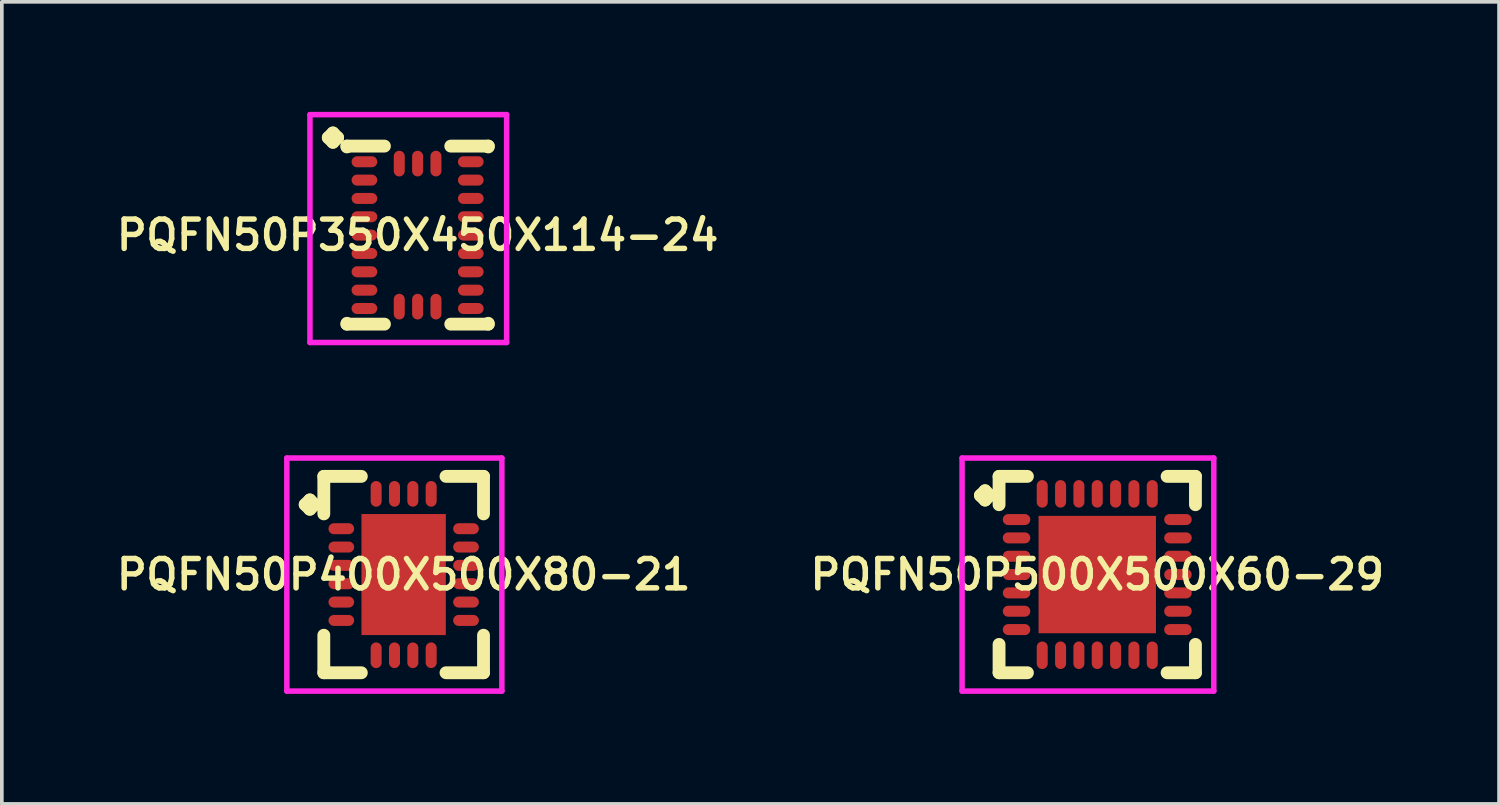
<source format=kicad_pcb>
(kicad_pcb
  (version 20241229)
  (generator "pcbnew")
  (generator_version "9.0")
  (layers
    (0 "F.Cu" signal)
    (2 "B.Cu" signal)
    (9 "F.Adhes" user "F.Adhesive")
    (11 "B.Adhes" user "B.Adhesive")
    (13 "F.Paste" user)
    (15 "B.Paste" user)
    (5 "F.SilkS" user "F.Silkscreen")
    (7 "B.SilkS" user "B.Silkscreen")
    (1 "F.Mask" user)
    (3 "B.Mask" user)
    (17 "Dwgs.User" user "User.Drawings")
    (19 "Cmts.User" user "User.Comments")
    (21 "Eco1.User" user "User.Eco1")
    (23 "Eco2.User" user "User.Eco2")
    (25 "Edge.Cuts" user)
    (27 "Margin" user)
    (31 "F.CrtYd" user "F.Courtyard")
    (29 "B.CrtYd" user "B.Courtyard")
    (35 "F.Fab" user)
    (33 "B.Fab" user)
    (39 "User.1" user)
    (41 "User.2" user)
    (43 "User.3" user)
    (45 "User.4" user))
  (footprint "PQFN50P350X450X114-24"
    (layer "F.Cu")
    (at 8.335 3.36)
    (property "Reference" "PQFN50P350X450X114-24" (at 0 0 0) (layer "F.SilkS") (effects (font (size 0.8 0.8) (thickness 0.15))))
    (attr smd)
    (fp_line (start -2.435 -2.658) (end -2.308 -2.785) (stroke (width 0.35) (type solid)) (layer "F.SilkS"))
    (fp_line (start -2.308 -2.785) (end -2.181 -2.658) (stroke (width 0.35) (type solid)) (layer "F.SilkS"))
    (fp_line (start -2.308 -2.531) (end -2.435 -2.658) (stroke (width 0.35) (type solid)) (layer "F.SilkS"))
    (fp_line (start -2.181 -2.658) (end -2.308 -2.531) (stroke (width 0.35) (type solid)) (layer "F.SilkS"))
    (fp_line (start -1.927 -2.427) (end -0.904 -2.427) (stroke (width 0.35) (type solid)) (layer "F.SilkS"))
    (fp_line (start -1.927 -2.404) (end -1.927 -2.427) (stroke (width 0.35) (type solid)) (layer "F.SilkS"))
    (fp_line (start -1.927 2.404) (end -1.927 2.427) (stroke (width 0.35) (type solid)) (layer "F.SilkS"))
    (fp_line (start -1.927 2.427) (end -0.904 2.427) (stroke (width 0.35) (type solid)) (layer "F.SilkS"))
    (fp_line (start 0.904 -2.427) (end 1.927 -2.427) (stroke (width 0.35) (type solid)) (layer "F.SilkS"))
    (fp_line (start 0.904 2.427) (end 1.927 2.427) (stroke (width 0.35) (type solid)) (layer "F.SilkS"))
    (fp_line (start 1.927 -2.427) (end 1.927 -2.404) (stroke (width 0.35) (type solid)) (layer "F.SilkS"))
    (fp_line (start 1.927 2.427) (end 1.927 2.404) (stroke (width 0.35) (type solid)) (layer "F.SilkS"))
    (fp_line (start -2.935 -3.285) (end 2.427 -3.285) (stroke (width 0.15) (type solid)) (layer "F.CrtYd"))
    (fp_line (start -2.935 2.927) (end -2.935 -3.285) (stroke (width 0.15) (type solid)) (layer "F.CrtYd"))
    (fp_line (start 2.427 -3.285) (end 2.427 2.927) (stroke (width 0.15) (type solid)) (layer "F.CrtYd"))
    (fp_line (start 2.427 2.927) (end -2.935 2.927) (stroke (width 0.15) (type solid)) (layer "F.CrtYd"))
    (pad "1" smd oval (at -1.45 -2) (size 0.7 0.3) (layers "F.Cu" "F.Mask" "F.Paste"))
    (pad "2" smd oval (at -1.45 -1.5) (size 0.7 0.3) (layers "F.Cu" "F.Mask" "F.Paste"))
    (pad "3" smd oval (at -1.45 -1) (size 0.7 0.3) (layers "F.Cu" "F.Mask" "F.Paste"))
    (pad "4" smd oval (at -1.45 -0.5) (size 0.7 0.3) (layers "F.Cu" "F.Mask" "F.Paste"))
    (pad "5" smd oval (at -1.45 0) (size 0.7 0.3) (layers "F.Cu" "F.Mask" "F.Paste"))
    (pad "6" smd oval (at -1.45 0.5) (size 0.7 0.3) (layers "F.Cu" "F.Mask" "F.Paste"))
    (pad "7" smd oval (at -1.45 1) (size 0.7 0.3) (layers "F.Cu" "F.Mask" "F.Paste"))
    (pad "8" smd oval (at -1.45 1.5) (size 0.7 0.3) (layers "F.Cu" "F.Mask" "F.Paste"))
    (pad "9" smd oval (at -1.45 2) (size 0.7 0.3) (layers "F.Cu" "F.Mask" "F.Paste"))
    (pad "10" smd oval (at -0.5 1.95) (size 0.3 0.7) (layers "F.Cu" "F.Mask" "F.Paste"))
    (pad "11" smd oval (at 0 1.95) (size 0.3 0.7) (layers "F.Cu" "F.Mask" "F.Paste"))
    (pad "12" smd oval (at 0.5 1.95) (size 0.3 0.7) (layers "F.Cu" "F.Mask" "F.Paste"))
    (pad "13" smd oval (at 1.45 2) (size 0.7 0.3) (layers "F.Cu" "F.Mask" "F.Paste"))
    (pad "14" smd oval (at 1.45 1.5) (size 0.7 0.3) (layers "F.Cu" "F.Mask" "F.Paste"))
    (pad "15" smd oval (at 1.45 1) (size 0.7 0.3) (layers "F.Cu" "F.Mask" "F.Paste"))
    (pad "16" smd oval (at 1.45 0.5) (size 0.7 0.3) (layers "F.Cu" "F.Mask" "F.Paste"))
    (pad "17" smd oval (at 1.45 0) (size 0.7 0.3) (layers "F.Cu" "F.Mask" "F.Paste"))
    (pad "18" smd oval (at 1.45 -0.5) (size 0.7 0.3) (layers "F.Cu" "F.Mask" "F.Paste"))
    (pad "19" smd oval (at 1.45 -1) (size 0.7 0.3) (layers "F.Cu" "F.Mask" "F.Paste"))
    (pad "20" smd oval (at 1.45 -1.5) (size 0.7 0.3) (layers "F.Cu" "F.Mask" "F.Paste"))
    (pad "21" smd oval (at 1.45 -2) (size 0.7 0.3) (layers "F.Cu" "F.Mask" "F.Paste"))
    (pad "22" smd oval (at 0.5 -1.95) (size 0.3 0.7) (layers "F.Cu" "F.Mask" "F.Paste"))
    (pad "23" smd oval (at 0 -1.95) (size 0.3 0.7) (layers "F.Cu" "F.Mask" "F.Paste"))
    (pad "24" smd oval (at -0.5 -1.95) (size 0.3 0.7) (layers "F.Cu" "F.Mask" "F.Paste")))
  (footprint "PQFN50P400X500X80-21"
    (layer "F.Cu")
    (at 7.955 12.614)
    (property "Reference" "PQFN50P400X500X80-21" (at 0 0 0) (layer "F.SilkS") (effects (font (size 0.8 0.8) (thickness 0.15))))
    (attr smd)
    (fp_line (start -2.685 -1.908) (end -2.558 -2.035) (stroke (width 0.35) (type solid)) (layer "F.SilkS"))
    (fp_line (start -2.558 -2.035) (end -2.431 -1.908) (stroke (width 0.35) (type solid)) (layer "F.SilkS"))
    (fp_line (start -2.558 -1.781) (end -2.685 -1.908) (stroke (width 0.35) (type solid)) (layer "F.SilkS"))
    (fp_line (start -2.431 -1.908) (end -2.558 -1.781) (stroke (width 0.35) (type solid)) (layer "F.SilkS"))
    (fp_line (start -2.177 -2.677) (end -1.154 -2.677) (stroke (width 0.35) (type solid)) (layer "F.SilkS"))
    (fp_line (start -2.177 -1.654) (end -2.177 -2.677) (stroke (width 0.35) (type solid)) (layer "F.SilkS"))
    (fp_line (start -2.177 1.654) (end -2.177 2.677) (stroke (width 0.35) (type solid)) (layer "F.SilkS"))
    (fp_line (start -2.177 2.677) (end -1.154 2.677) (stroke (width 0.35) (type solid)) (layer "F.SilkS"))
    (fp_line (start 1.154 -2.677) (end 2.177 -2.677) (stroke (width 0.35) (type solid)) (layer "F.SilkS"))
    (fp_line (start 1.154 2.677) (end 2.177 2.677) (stroke (width 0.35) (type solid)) (layer "F.SilkS"))
    (fp_line (start 2.177 -2.677) (end 2.177 -1.654) (stroke (width 0.35) (type solid)) (layer "F.SilkS"))
    (fp_line (start 2.177 2.677) (end 2.177 1.654) (stroke (width 0.35) (type solid)) (layer "F.SilkS"))
    (fp_line (start -3.185 -3.177) (end 2.677 -3.177) (stroke (width 0.15) (type solid)) (layer "F.CrtYd"))
    (fp_line (start -3.185 3.177) (end -3.185 -3.177) (stroke (width 0.15) (type solid)) (layer "F.CrtYd"))
    (fp_line (start 2.677 -3.177) (end 2.677 3.177) (stroke (width 0.15) (type solid)) (layer "F.CrtYd"))
    (fp_line (start 2.677 3.177) (end -3.185 3.177) (stroke (width 0.15) (type solid)) (layer "F.CrtYd"))
    (pad "1" smd oval (at -1.7 -1.25) (size 0.7 0.3) (layers "F.Cu" "F.Mask" "F.Paste"))
    (pad "2" smd oval (at -1.7 -0.75) (size 0.7 0.3) (layers "F.Cu" "F.Mask" "F.Paste"))
    (pad "3" smd oval (at -1.7 -0.25) (size 0.7 0.3) (layers "F.Cu" "F.Mask" "F.Paste"))
    (pad "4" smd oval (at -1.7 0.25) (size 0.7 0.3) (layers "F.Cu" "F.Mask" "F.Paste"))
    (pad "5" smd oval (at -1.7 0.75) (size 0.7 0.3) (layers "F.Cu" "F.Mask" "F.Paste"))
    (pad "6" smd oval (at -1.7 1.25) (size 0.7 0.3) (layers "F.Cu" "F.Mask" "F.Paste"))
    (pad "7" smd oval (at -0.75 2.2) (size 0.3 0.7) (layers "F.Cu" "F.Mask" "F.Paste"))
    (pad "8" smd oval (at -0.25 2.2) (size 0.3 0.7) (layers "F.Cu" "F.Mask" "F.Paste"))
    (pad "9" smd oval (at 0.25 2.2) (size 0.3 0.7) (layers "F.Cu" "F.Mask" "F.Paste"))
    (pad "10" smd oval (at 0.75 2.2) (size 0.3 0.7) (layers "F.Cu" "F.Mask" "F.Paste"))
    (pad "11" smd oval (at 1.7 1.25) (size 0.7 0.3) (layers "F.Cu" "F.Mask" "F.Paste"))
    (pad "12" smd oval (at 1.7 0.75) (size 0.7 0.3) (layers "F.Cu" "F.Mask" "F.Paste"))
    (pad "13" smd oval (at 1.7 0.25) (size 0.7 0.3) (layers "F.Cu" "F.Mask" "F.Paste"))
    (pad "14" smd oval (at 1.7 -0.25) (size 0.7 0.3) (layers "F.Cu" "F.Mask" "F.Paste"))
    (pad "15" smd oval (at 1.7 -0.75) (size 0.7 0.3) (layers "F.Cu" "F.Mask" "F.Paste"))
    (pad "16" smd oval (at 1.7 -1.25) (size 0.7 0.3) (layers "F.Cu" "F.Mask" "F.Paste"))
    (pad "17" smd oval (at 0.75 -2.2) (size 0.3 0.7) (layers "F.Cu" "F.Mask" "F.Paste"))
    (pad "18" smd oval (at 0.25 -2.2) (size 0.3 0.7) (layers "F.Cu" "F.Mask" "F.Paste"))
    (pad "19" smd oval (at -0.25 -2.2) (size 0.3 0.7) (layers "F.Cu" "F.Mask" "F.Paste"))
    (pad "20" smd oval (at -0.75 -2.2) (size 0.3 0.7) (layers "F.Cu" "F.Mask" "F.Paste"))
    (pad "21" smd rect (at 0 0) (size 2.3 3.3) (layers "F.Cu" "F.Mask" "F.Paste")))
  (footprint "PQFN50P500X500X60-29"
    (layer "F.Cu")
    (at 26.864 12.614)
    (property "Reference" "PQFN50P500X500X60-29" (at 0 0 0) (layer "F.SilkS") (effects (font (size 0.8 0.8) (thickness 0.15))))
    (attr smd)
    (fp_line (start -3.185 -2.158) (end -3.058 -2.285) (stroke (width 0.35) (type solid)) (layer "F.SilkS"))
    (fp_line (start -3.058 -2.285) (end -2.931 -2.158) (stroke (width 0.35) (type solid)) (layer "F.SilkS"))
    (fp_line (start -3.058 -2.031) (end -3.185 -2.158) (stroke (width 0.35) (type solid)) (layer "F.SilkS"))
    (fp_line (start -2.931 -2.158) (end -3.058 -2.031) (stroke (width 0.35) (type solid)) (layer "F.SilkS"))
    (fp_line (start -2.677 -2.677) (end -1.904 -2.677) (stroke (width 0.35) (type solid)) (layer "F.SilkS"))
    (fp_line (start -2.677 -1.904) (end -2.677 -2.677) (stroke (width 0.35) (type solid)) (layer "F.SilkS"))
    (fp_line (start -2.677 1.904) (end -2.677 2.677) (stroke (width 0.35) (type solid)) (layer "F.SilkS"))
    (fp_line (start -2.677 2.677) (end -1.904 2.677) (stroke (width 0.35) (type solid)) (layer "F.SilkS"))
    (fp_line (start 1.904 -2.677) (end 2.677 -2.677) (stroke (width 0.35) (type solid)) (layer "F.SilkS"))
    (fp_line (start 1.904 2.677) (end 2.677 2.677) (stroke (width 0.35) (type solid)) (layer "F.SilkS"))
    (fp_line (start 2.677 -2.677) (end 2.677 -1.904) (stroke (width 0.35) (type solid)) (layer "F.SilkS"))
    (fp_line (start 2.677 2.677) (end 2.677 1.904) (stroke (width 0.35) (type solid)) (layer "F.SilkS"))
    (fp_line (start -3.685 -3.177) (end 3.177 -3.177) (stroke (width 0.15) (type solid)) (layer "F.CrtYd"))
    (fp_line (start -3.685 3.177) (end -3.685 -3.177) (stroke (width 0.15) (type solid)) (layer "F.CrtYd"))
    (fp_line (start 3.177 -3.177) (end 3.177 3.177) (stroke (width 0.15) (type solid)) (layer "F.CrtYd"))
    (fp_line (start 3.177 3.177) (end -3.685 3.177) (stroke (width 0.15) (type solid)) (layer "F.CrtYd"))
    (pad "1" smd oval (at -2.2 -1.5) (size 0.75 0.3) (layers "F.Cu" "F.Mask" "F.Paste"))
    (pad "2" smd oval (at -2.2 -1) (size 0.75 0.3) (layers "F.Cu" "F.Mask" "F.Paste"))
    (pad "3" smd oval (at -2.2 -0.5) (size 0.75 0.3) (layers "F.Cu" "F.Mask" "F.Paste"))
    (pad "4" smd oval (at -2.2 0) (size 0.75 0.3) (layers "F.Cu" "F.Mask" "F.Paste"))
    (pad "5" smd oval (at -2.2 0.5) (size 0.75 0.3) (layers "F.Cu" "F.Mask" "F.Paste"))
    (pad "6" smd oval (at -2.2 1) (size 0.75 0.3) (layers "F.Cu" "F.Mask" "F.Paste"))
    (pad "7" smd oval (at -2.2 1.5) (size 0.75 0.3) (layers "F.Cu" "F.Mask" "F.Paste"))
    (pad "8" smd oval (at -1.5 2.2) (size 0.3 0.75) (layers "F.Cu" "F.Mask" "F.Paste"))
    (pad "9" smd oval (at -1 2.2) (size 0.3 0.75) (layers "F.Cu" "F.Mask" "F.Paste"))
    (pad "10" smd oval (at -0.5 2.2) (size 0.3 0.75) (layers "F.Cu" "F.Mask" "F.Paste"))
    (pad "11" smd oval (at 0 2.2) (size 0.3 0.75) (layers "F.Cu" "F.Mask" "F.Paste"))
    (pad "12" smd oval (at 0.5 2.2) (size 0.3 0.75) (layers "F.Cu" "F.Mask" "F.Paste"))
    (pad "13" smd oval (at 1 2.2) (size 0.3 0.75) (layers "F.Cu" "F.Mask" "F.Paste"))
    (pad "14" smd oval (at 1.5 2.2) (size 0.3 0.75) (layers "F.Cu" "F.Mask" "F.Paste"))
    (pad "15" smd oval (at 2.2 1.5) (size 0.75 0.3) (layers "F.Cu" "F.Mask" "F.Paste"))
    (pad "16" smd oval (at 2.2 1) (size 0.75 0.3) (layers "F.Cu" "F.Mask" "F.Paste"))
    (pad "17" smd oval (at 2.2 0.5) (size 0.75 0.3) (layers "F.Cu" "F.Mask" "F.Paste"))
    (pad "18" smd oval (at 2.2 0) (size 0.75 0.3) (layers "F.Cu" "F.Mask" "F.Paste"))
    (pad "19" smd oval (at 2.2 -0.5) (size 0.75 0.3) (layers "F.Cu" "F.Mask" "F.Paste"))
    (pad "20" smd oval (at 2.2 -1) (size 0.75 0.3) (layers "F.Cu" "F.Mask" "F.Paste"))
    (pad "21" smd oval (at 2.2 -1.5) (size 0.75 0.3) (layers "F.Cu" "F.Mask" "F.Paste"))
    (pad "22" smd oval (at 1.5 -2.2) (size 0.3 0.75) (layers "F.Cu" "F.Mask" "F.Paste"))
    (pad "23" smd oval (at 1 -2.2) (size 0.3 0.75) (layers "F.Cu" "F.Mask" "F.Paste"))
    (pad "24" smd oval (at 0.5 -2.2) (size 0.3 0.75) (layers "F.Cu" "F.Mask" "F.Paste"))
    (pad "25" smd oval (at 0 -2.2) (size 0.3 0.75) (layers "F.Cu" "F.Mask" "F.Paste"))
    (pad "26" smd oval (at -0.5 -2.2) (size 0.3 0.75) (layers "F.Cu" "F.Mask" "F.Paste"))
    (pad "27" smd oval (at -1 -2.2) (size 0.3 0.75) (layers "F.Cu" "F.Mask" "F.Paste"))
    (pad "28" smd oval (at -1.5 -2.2) (size 0.3 0.75) (layers "F.Cu" "F.Mask" "F.Paste"))
    (pad "29" smd rect (at 0 0) (size 3.2 3.2) (layers "F.Cu" "F.Mask" "F.Paste")))
  (gr_rect
    (start -3 -3)
    (end 37.818 18.866)
    (stroke (width 0.1) (type default))
    (fill no)
    (layer "Edge.Cuts")))
</source>
